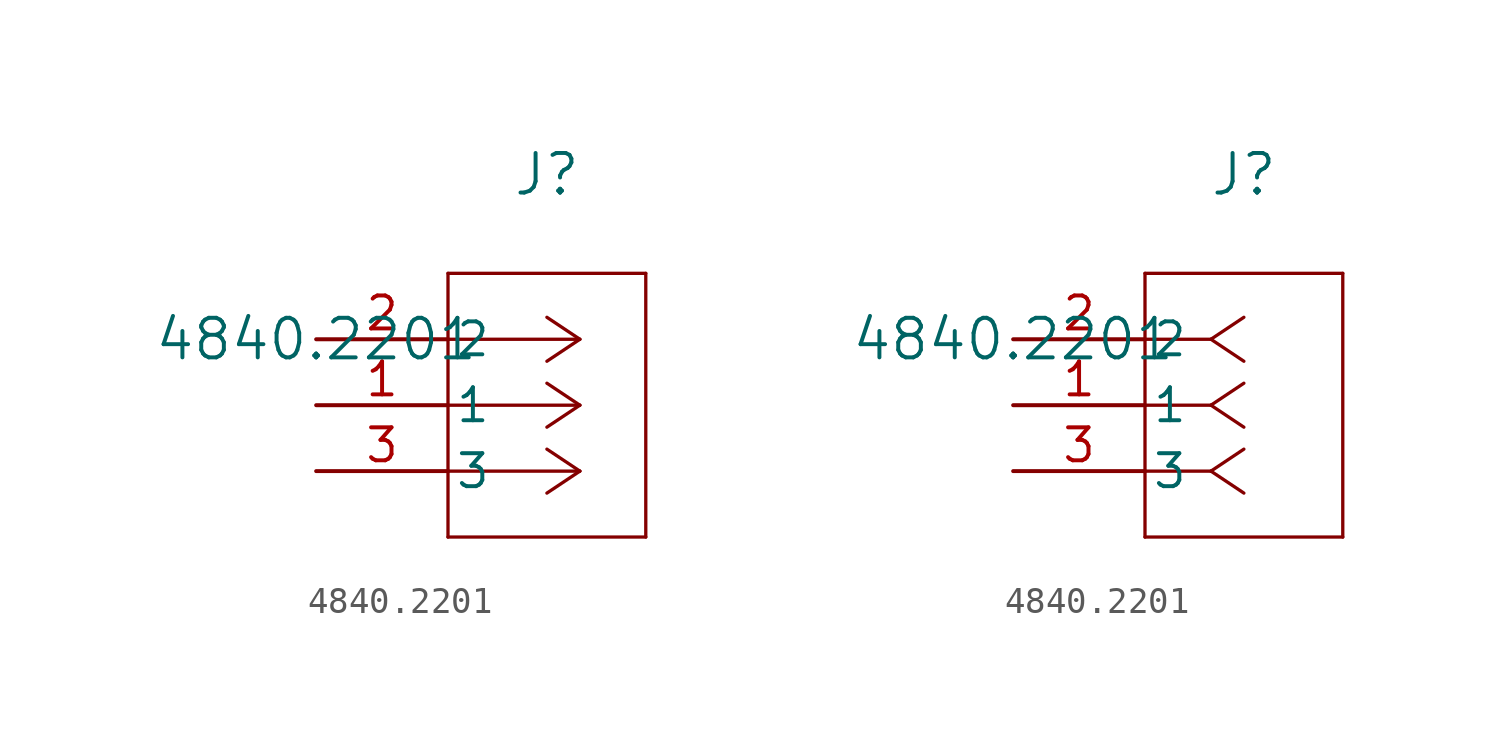
<source format=kicad_sym>
(kicad_symbol_lib
  (version 20211014)
  (generator kicad_symbol_editor)
  (symbol "4840.2201"
    (pin_names
      (offset 0.254))
    (property "Reference" "J"
      (at 8.89 6.35 0)
      (effects (font (size 1.524 1.524))))
    (property "Value" "4840.2201"
      (at 0 0 0)
      (effects (font (size 1.524 1.524))))
    (symbol "4840.2201_1_1"
      (polyline (pts (xy 10.16 0) (xy 5.08 0)) (stroke (width 0.127) (type default) (color 0 0 0 0)) (fill (type none)))
      (polyline (pts (xy 10.16 -2.54) (xy 5.08 -2.54)) (stroke (width 0.127) (type default) (color 0 0 0 0)) (fill (type none)))
      (polyline (pts (xy 10.16 -5.08) (xy 5.08 -5.08)) (stroke (width 0.127) (type default) (color 0 0 0 0)) (fill (type none)))
      (polyline (pts (xy 10.16 0) (xy 8.89 0.847)) (stroke (width 0.127) (type default) (color 0 0 0 0)) (fill (type none)))
      (polyline (pts (xy 10.16 -2.54) (xy 8.89 -1.693)) (stroke (width 0.127) (type default) (color 0 0 0 0)) (fill (type none)))
      (polyline (pts (xy 10.16 -5.08) (xy 8.89 -4.233)) (stroke (width 0.127) (type default) (color 0 0 0 0)) (fill (type none)))
      (polyline (pts (xy 10.16 0) (xy 8.89 -0.847)) (stroke (width 0.127) (type default) (color 0 0 0 0)) (fill (type none)))
      (polyline (pts (xy 10.16 -2.54) (xy 8.89 -3.387)) (stroke (width 0.127) (type default) (color 0 0 0 0)) (fill (type none)))
      (polyline (pts (xy 10.16 -5.08) (xy 8.89 -5.927)) (stroke (width 0.127) (type default) (color 0 0 0 0)) (fill (type none)))
      (polyline (pts (xy 5.08 2.54) (xy 5.08 -7.62)) (stroke (width 0.127) (type default) (color 0 0 0 0)) (fill (type none)))
      (polyline (pts (xy 5.08 -7.62) (xy 12.7 -7.62)) (stroke (width 0.127) (type default) (color 0 0 0 0)) (fill (type none)))
      (polyline (pts (xy 12.7 -7.62) (xy 12.7 2.54)) (stroke (width 0.127) (type default) (color 0 0 0 0)) (fill (type none)))
      (polyline (pts (xy 12.7 2.54) (xy 5.08 2.54)) (stroke (width 0.127) (type default) (color 0 0 0 0)) (fill (type none)))
      (pin unspecified line (at 0 0 0) (length 5.08) (name "2" (effects (font (size 1.27 1.27)))) (number "2" (effects (font (size 1.27 1.27)))))
      (pin unspecified line (at 0 -2.54 0) (length 5.08) (name "1" (effects (font (size 1.27 1.27)))) (number "1" (effects (font (size 1.27 1.27)))))
      (pin unspecified line (at 0 -5.08 0) (length 5.08) (name "3" (effects (font (size 1.27 1.27)))) (number "3" (effects (font (size 1.27 1.27))))))
    (symbol "4840.2201_1_2"
      (polyline (pts (xy 7.62 0) (xy 5.08 0)) (stroke (width 0.127) (type default) (color 0 0 0 0)) (fill (type none)))
      (polyline (pts (xy 7.62 -2.54) (xy 5.08 -2.54)) (stroke (width 0.127) (type default) (color 0 0 0 0)) (fill (type none)))
      (polyline (pts (xy 7.62 -5.08) (xy 5.08 -5.08)) (stroke (width 0.127) (type default) (color 0 0 0 0)) (fill (type none)))
      (polyline (pts (xy 7.62 0) (xy 8.89 0.847)) (stroke (width 0.127) (type default) (color 0 0 0 0)) (fill (type none)))
      (polyline (pts (xy 7.62 -2.54) (xy 8.89 -1.693)) (stroke (width 0.127) (type default) (color 0 0 0 0)) (fill (type none)))
      (polyline (pts (xy 7.62 -5.08) (xy 8.89 -4.233)) (stroke (width 0.127) (type default) (color 0 0 0 0)) (fill (type none)))
      (polyline (pts (xy 7.62 0) (xy 8.89 -0.847)) (stroke (width 0.127) (type default) (color 0 0 0 0)) (fill (type none)))
      (polyline (pts (xy 7.62 -2.54) (xy 8.89 -3.387)) (stroke (width 0.127) (type default) (color 0 0 0 0)) (fill (type none)))
      (polyline (pts (xy 7.62 -5.08) (xy 8.89 -5.927)) (stroke (width 0.127) (type default) (color 0 0 0 0)) (fill (type none)))
      (polyline (pts (xy 5.08 2.54) (xy 5.08 -7.62)) (stroke (width 0.127) (type default) (color 0 0 0 0)) (fill (type none)))
      (polyline (pts (xy 5.08 -7.62) (xy 12.7 -7.62)) (stroke (width 0.127) (type default) (color 0 0 0 0)) (fill (type none)))
      (polyline (pts (xy 12.7 -7.62) (xy 12.7 2.54)) (stroke (width 0.127) (type default) (color 0 0 0 0)) (fill (type none)))
      (polyline (pts (xy 12.7 2.54) (xy 5.08 2.54)) (stroke (width 0.127) (type default) (color 0 0 0 0)) (fill (type none)))
      (pin unspecified line (at 0 0 0) (length 5.08) (name "2" (effects (font (size 1.27 1.27)))) (number "2" (effects (font (size 1.27 1.27)))))
      (pin unspecified line (at 0 -2.54 0) (length 5.08) (name "1" (effects (font (size 1.27 1.27)))) (number "1" (effects (font (size 1.27 1.27)))))
      (pin unspecified line (at 0 -5.08 0) (length 5.08) (name "3" (effects (font (size 1.27 1.27)))) (number "3" (effects (font (size 1.27 1.27))))))))
</source>
